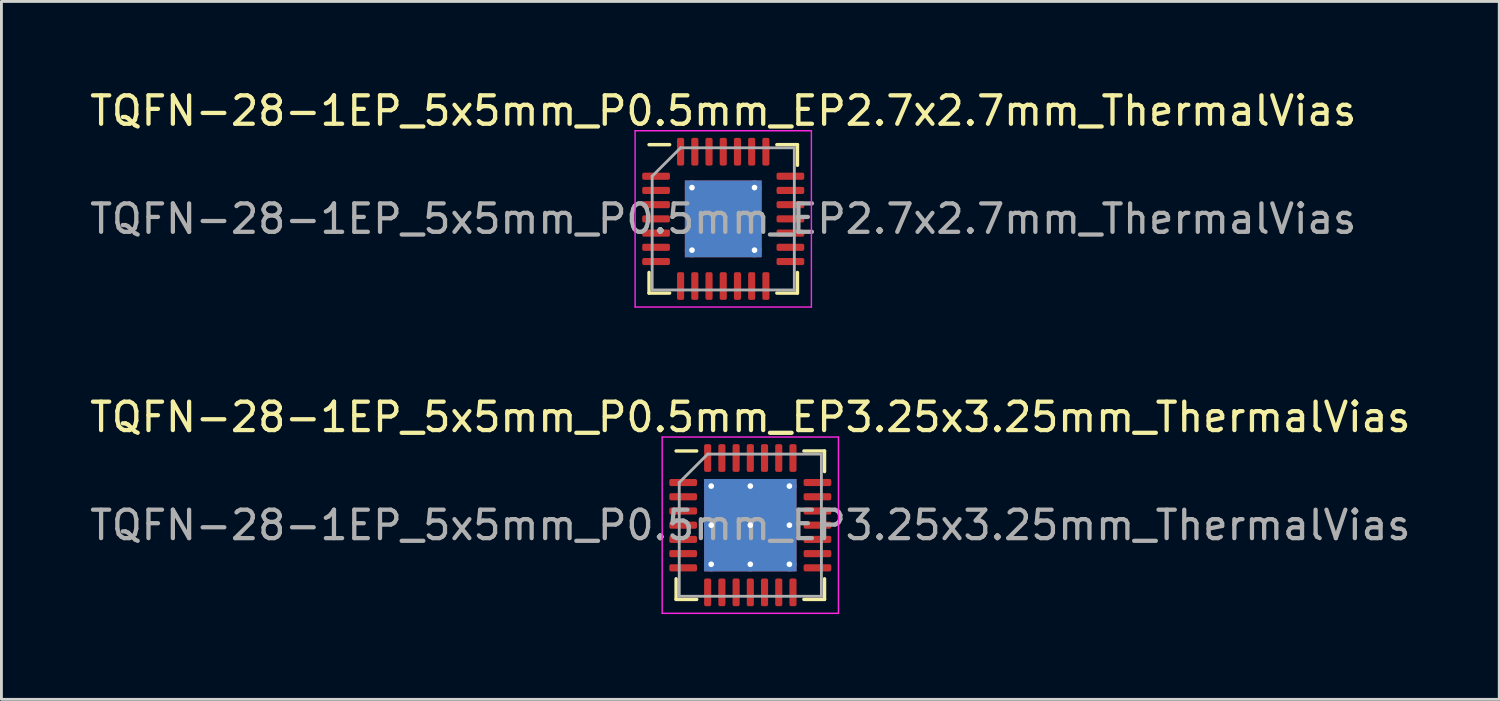
<source format=kicad_pcb>
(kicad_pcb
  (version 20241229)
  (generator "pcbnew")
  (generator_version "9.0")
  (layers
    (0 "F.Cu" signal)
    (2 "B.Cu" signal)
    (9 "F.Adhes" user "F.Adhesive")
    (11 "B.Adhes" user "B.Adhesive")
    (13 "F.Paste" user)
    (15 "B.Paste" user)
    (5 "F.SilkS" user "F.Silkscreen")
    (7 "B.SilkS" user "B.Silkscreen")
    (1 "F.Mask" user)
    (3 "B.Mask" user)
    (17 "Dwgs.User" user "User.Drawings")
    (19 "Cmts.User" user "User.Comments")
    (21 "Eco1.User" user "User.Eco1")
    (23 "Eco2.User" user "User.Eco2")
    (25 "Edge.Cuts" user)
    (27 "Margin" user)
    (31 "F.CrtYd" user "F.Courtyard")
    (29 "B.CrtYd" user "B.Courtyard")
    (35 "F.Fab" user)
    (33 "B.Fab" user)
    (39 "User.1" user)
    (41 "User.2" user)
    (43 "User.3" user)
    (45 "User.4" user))
  (footprint "TQFN-28-1EP_5x5mm_P0.5mm_EP3.25x3.25mm_ThermalVias"
    (layer "F.Cu")
    (at 23.339 15.421)
    (property "Reference" "TQFN-28-1EP_5x5mm_P0.5mm_EP3.25x3.25mm_ThermalVias" (at 0 -3.8 0) (layer "F.SilkS") (effects (font (size 1 1) (thickness 0.15))))
    (attr smd)
    (fp_line (start -2.61 2.61) (end -2.61 1.885) (stroke (width 0.12) (type solid)) (layer "F.SilkS"))
    (fp_line (start -1.885 -2.61) (end -2.61 -2.61) (stroke (width 0.12) (type solid)) (layer "F.SilkS"))
    (fp_line (start -1.885 2.61) (end -2.61 2.61) (stroke (width 0.12) (type solid)) (layer "F.SilkS"))
    (fp_line (start 1.885 -2.61) (end 2.61 -2.61) (stroke (width 0.12) (type solid)) (layer "F.SilkS"))
    (fp_line (start 1.885 2.61) (end 2.61 2.61) (stroke (width 0.12) (type solid)) (layer "F.SilkS"))
    (fp_line (start 2.61 -2.61) (end 2.61 -1.885) (stroke (width 0.12) (type solid)) (layer "F.SilkS"))
    (fp_line (start 2.61 2.61) (end 2.61 1.885) (stroke (width 0.12) (type solid)) (layer "F.SilkS"))
    (fp_line (start -3.1 -3.1) (end -3.1 3.1) (stroke (width 0.05) (type solid)) (layer "F.CrtYd"))
    (fp_line (start -3.1 3.1) (end 3.1 3.1) (stroke (width 0.05) (type solid)) (layer "F.CrtYd"))
    (fp_line (start 3.1 -3.1) (end -3.1 -3.1) (stroke (width 0.05) (type solid)) (layer "F.CrtYd"))
    (fp_line (start 3.1 3.1) (end 3.1 -3.1) (stroke (width 0.05) (type solid)) (layer "F.CrtYd"))
    (fp_line (start -2.5 -1.5) (end -1.5 -2.5) (stroke (width 0.1) (type solid)) (layer "F.Fab"))
    (fp_line (start -2.5 2.5) (end -2.5 -1.5) (stroke (width 0.1) (type solid)) (layer "F.Fab"))
    (fp_line (start -1.5 -2.5) (end 2.5 -2.5) (stroke (width 0.1) (type solid)) (layer "F.Fab"))
    (fp_line (start 2.5 -2.5) (end 2.5 2.5) (stroke (width 0.1) (type solid)) (layer "F.Fab"))
    (fp_line (start 2.5 2.5) (end -2.5 2.5) (stroke (width 0.1) (type solid)) (layer "F.Fab"))
    (fp_text user "${REFERENCE}" (at 0 0 0) (layer "F.Fab") (effects (font (size 1 1) (thickness 0.15))))
    (pad "" smd roundrect (at -0.81 -0.81) (size 1.41 1.41) (layers "F.Paste") (roundrect_rratio 0.177))
    (pad "" smd roundrect (at -0.81 0.81) (size 1.41 1.41) (layers "F.Paste") (roundrect_rratio 0.177))
    (pad "" smd roundrect (at 0.81 -0.81) (size 1.41 1.41) (layers "F.Paste") (roundrect_rratio 0.177))
    (pad "" smd roundrect (at 0.81 0.81) (size 1.41 1.41) (layers "F.Paste") (roundrect_rratio 0.177))
    (pad "1" smd roundrect (at -2.362 -1.5) (size 0.975 0.25) (layers "F.Cu" "F.Mask" "F.Paste") (roundrect_rratio 0.25))
    (pad "2" smd roundrect (at -2.362 -1) (size 0.975 0.25) (layers "F.Cu" "F.Mask" "F.Paste") (roundrect_rratio 0.25))
    (pad "3" smd roundrect (at -2.362 -0.5) (size 0.975 0.25) (layers "F.Cu" "F.Mask" "F.Paste") (roundrect_rratio 0.25))
    (pad "4" smd roundrect (at -2.362 0) (size 0.975 0.25) (layers "F.Cu" "F.Mask" "F.Paste") (roundrect_rratio 0.25))
    (pad "5" smd roundrect (at -2.362 0.5) (size 0.975 0.25) (layers "F.Cu" "F.Mask" "F.Paste") (roundrect_rratio 0.25))
    (pad "6" smd roundrect (at -2.362 1) (size 0.975 0.25) (layers "F.Cu" "F.Mask" "F.Paste") (roundrect_rratio 0.25))
    (pad "7" smd roundrect (at -2.362 1.5) (size 0.975 0.25) (layers "F.Cu" "F.Mask" "F.Paste") (roundrect_rratio 0.25))
    (pad "8" smd roundrect (at -1.5 2.362) (size 0.25 0.975) (layers "F.Cu" "F.Mask" "F.Paste") (roundrect_rratio 0.25))
    (pad "9" smd roundrect (at -1 2.362) (size 0.25 0.975) (layers "F.Cu" "F.Mask" "F.Paste") (roundrect_rratio 0.25))
    (pad "10" smd roundrect (at -0.5 2.362) (size 0.25 0.975) (layers "F.Cu" "F.Mask" "F.Paste") (roundrect_rratio 0.25))
    (pad "11" smd roundrect (at 0 2.362) (size 0.25 0.975) (layers "F.Cu" "F.Mask" "F.Paste") (roundrect_rratio 0.25))
    (pad "12" smd roundrect (at 0.5 2.362) (size 0.25 0.975) (layers "F.Cu" "F.Mask" "F.Paste") (roundrect_rratio 0.25))
    (pad "13" smd roundrect (at 1 2.362) (size 0.25 0.975) (layers "F.Cu" "F.Mask" "F.Paste") (roundrect_rratio 0.25))
    (pad "14" smd roundrect (at 1.5 2.362) (size 0.25 0.975) (layers "F.Cu" "F.Mask" "F.Paste") (roundrect_rratio 0.25))
    (pad "15" smd roundrect (at 2.362 1.5) (size 0.975 0.25) (layers "F.Cu" "F.Mask" "F.Paste") (roundrect_rratio 0.25))
    (pad "16" smd roundrect (at 2.362 1) (size 0.975 0.25) (layers "F.Cu" "F.Mask" "F.Paste") (roundrect_rratio 0.25))
    (pad "17" smd roundrect (at 2.362 0.5) (size 0.975 0.25) (layers "F.Cu" "F.Mask" "F.Paste") (roundrect_rratio 0.25))
    (pad "18" smd roundrect (at 2.362 0) (size 0.975 0.25) (layers "F.Cu" "F.Mask" "F.Paste") (roundrect_rratio 0.25))
    (pad "19" smd roundrect (at 2.362 -0.5) (size 0.975 0.25) (layers "F.Cu" "F.Mask" "F.Paste") (roundrect_rratio 0.25))
    (pad "20" smd roundrect (at 2.362 -1) (size 0.975 0.25) (layers "F.Cu" "F.Mask" "F.Paste") (roundrect_rratio 0.25))
    (pad "21" smd roundrect (at 2.362 -1.5) (size 0.975 0.25) (layers "F.Cu" "F.Mask" "F.Paste") (roundrect_rratio 0.25))
    (pad "22" smd roundrect (at 1.5 -2.362) (size 0.25 0.975) (layers "F.Cu" "F.Mask" "F.Paste") (roundrect_rratio 0.25))
    (pad "23" smd roundrect (at 1 -2.362) (size 0.25 0.975) (layers "F.Cu" "F.Mask" "F.Paste") (roundrect_rratio 0.25))
    (pad "24" smd roundrect (at 0.5 -2.362) (size 0.25 0.975) (layers "F.Cu" "F.Mask" "F.Paste") (roundrect_rratio 0.25))
    (pad "25" smd roundrect (at 0 -2.362) (size 0.25 0.975) (layers "F.Cu" "F.Mask" "F.Paste") (roundrect_rratio 0.25))
    (pad "26" smd roundrect (at -0.5 -2.362) (size 0.25 0.975) (layers "F.Cu" "F.Mask" "F.Paste") (roundrect_rratio 0.25))
    (pad "27" smd roundrect (at -1 -2.362) (size 0.25 0.975) (layers "F.Cu" "F.Mask" "F.Paste") (roundrect_rratio 0.25))
    (pad "28" smd roundrect (at -1.5 -2.362) (size 0.25 0.975) (layers "F.Cu" "F.Mask" "F.Paste") (roundrect_rratio 0.25))
    (pad "29" thru_hole circle (at -1.375 -1.375) (size 0.5 0.5) (drill 0.2) (layers "*.Cu"))
    (pad "29" thru_hole circle (at -1.375 0) (size 0.5 0.5) (drill 0.2) (layers "*.Cu"))
    (pad "29" thru_hole circle (at -1.375 1.375) (size 0.5 0.5) (drill 0.2) (layers "*.Cu"))
    (pad "29" thru_hole circle (at 0 -1.375) (size 0.5 0.5) (drill 0.2) (layers "*.Cu"))
    (pad "29" thru_hole circle (at 0 0) (size 0.5 0.5) (drill 0.2) (layers "*.Cu"))
    (pad "29" smd rect (at 0 0) (size 3.25 3.25) (layers "F.Cu" "F.Mask"))
    (pad "29" smd rect (at 0 0) (size 3.25 3.25) (layers "B.Cu"))
    (pad "29" thru_hole circle (at 0 1.375) (size 0.5 0.5) (drill 0.2) (layers "*.Cu"))
    (pad "29" thru_hole circle (at 1.375 -1.375) (size 0.5 0.5) (drill 0.2) (layers "*.Cu"))
    (pad "29" thru_hole circle (at 1.375 0) (size 0.5 0.5) (drill 0.2) (layers "*.Cu"))
    (pad "29" thru_hole circle (at 1.375 1.375) (size 0.5 0.5) (drill 0.2) (layers "*.Cu")))
  (footprint "TQFN-28-1EP_5x5mm_P0.5mm_EP2.7x2.7mm_ThermalVias"
    (layer "F.Cu")
    (at 22.387 4.648)
    (property "Reference" "TQFN-28-1EP_5x5mm_P0.5mm_EP2.7x2.7mm_ThermalVias" (at 0 -3.8 0) (layer "F.SilkS") (effects (font (size 1 1) (thickness 0.15))))
    (attr smd)
    (fp_line (start -2.61 2.61) (end -2.61 1.885) (stroke (width 0.12) (type solid)) (layer "F.SilkS"))
    (fp_line (start -1.885 -2.61) (end -2.61 -2.61) (stroke (width 0.12) (type solid)) (layer "F.SilkS"))
    (fp_line (start -1.885 2.61) (end -2.61 2.61) (stroke (width 0.12) (type solid)) (layer "F.SilkS"))
    (fp_line (start 1.885 -2.61) (end 2.61 -2.61) (stroke (width 0.12) (type solid)) (layer "F.SilkS"))
    (fp_line (start 1.885 2.61) (end 2.61 2.61) (stroke (width 0.12) (type solid)) (layer "F.SilkS"))
    (fp_line (start 2.61 -2.61) (end 2.61 -1.885) (stroke (width 0.12) (type solid)) (layer "F.SilkS"))
    (fp_line (start 2.61 2.61) (end 2.61 1.885) (stroke (width 0.12) (type solid)) (layer "F.SilkS"))
    (fp_line (start -3.1 -3.1) (end -3.1 3.1) (stroke (width 0.05) (type solid)) (layer "F.CrtYd"))
    (fp_line (start -3.1 3.1) (end 3.1 3.1) (stroke (width 0.05) (type solid)) (layer "F.CrtYd"))
    (fp_line (start 3.1 -3.1) (end -3.1 -3.1) (stroke (width 0.05) (type solid)) (layer "F.CrtYd"))
    (fp_line (start 3.1 3.1) (end 3.1 -3.1) (stroke (width 0.05) (type solid)) (layer "F.CrtYd"))
    (fp_line (start -2.5 -1.5) (end -1.5 -2.5) (stroke (width 0.1) (type solid)) (layer "F.Fab"))
    (fp_line (start -2.5 2.5) (end -2.5 -1.5) (stroke (width 0.1) (type solid)) (layer "F.Fab"))
    (fp_line (start -1.5 -2.5) (end 2.5 -2.5) (stroke (width 0.1) (type solid)) (layer "F.Fab"))
    (fp_line (start 2.5 -2.5) (end 2.5 2.5) (stroke (width 0.1) (type solid)) (layer "F.Fab"))
    (fp_line (start 2.5 2.5) (end -2.5 2.5) (stroke (width 0.1) (type solid)) (layer "F.Fab"))
    (fp_text user "${REFERENCE}" (at 0 0 0) (layer "F.Fab") (effects (font (size 1 1) (thickness 0.15))))
    (pad "" smd roundrect (at -0.675 -0.675) (size 1.17 1.17) (layers "F.Paste") (roundrect_rratio 0.214))
    (pad "" smd roundrect (at -0.675 0.675) (size 1.17 1.17) (layers "F.Paste") (roundrect_rratio 0.214))
    (pad "" smd roundrect (at 0.675 -0.675) (size 1.17 1.17) (layers "F.Paste") (roundrect_rratio 0.214))
    (pad "" smd roundrect (at 0.675 0.675) (size 1.17 1.17) (layers "F.Paste") (roundrect_rratio 0.214))
    (pad "1" smd roundrect (at -2.362 -1.5) (size 0.975 0.25) (layers "F.Cu" "F.Mask" "F.Paste") (roundrect_rratio 0.25))
    (pad "2" smd roundrect (at -2.362 -1) (size 0.975 0.25) (layers "F.Cu" "F.Mask" "F.Paste") (roundrect_rratio 0.25))
    (pad "3" smd roundrect (at -2.362 -0.5) (size 0.975 0.25) (layers "F.Cu" "F.Mask" "F.Paste") (roundrect_rratio 0.25))
    (pad "4" smd roundrect (at -2.362 0) (size 0.975 0.25) (layers "F.Cu" "F.Mask" "F.Paste") (roundrect_rratio 0.25))
    (pad "5" smd roundrect (at -2.362 0.5) (size 0.975 0.25) (layers "F.Cu" "F.Mask" "F.Paste") (roundrect_rratio 0.25))
    (pad "6" smd roundrect (at -2.362 1) (size 0.975 0.25) (layers "F.Cu" "F.Mask" "F.Paste") (roundrect_rratio 0.25))
    (pad "7" smd roundrect (at -2.362 1.5) (size 0.975 0.25) (layers "F.Cu" "F.Mask" "F.Paste") (roundrect_rratio 0.25))
    (pad "8" smd roundrect (at -1.5 2.362) (size 0.25 0.975) (layers "F.Cu" "F.Mask" "F.Paste") (roundrect_rratio 0.25))
    (pad "9" smd roundrect (at -1 2.362) (size 0.25 0.975) (layers "F.Cu" "F.Mask" "F.Paste") (roundrect_rratio 0.25))
    (pad "10" smd roundrect (at -0.5 2.362) (size 0.25 0.975) (layers "F.Cu" "F.Mask" "F.Paste") (roundrect_rratio 0.25))
    (pad "11" smd roundrect (at 0 2.362) (size 0.25 0.975) (layers "F.Cu" "F.Mask" "F.Paste") (roundrect_rratio 0.25))
    (pad "12" smd roundrect (at 0.5 2.362) (size 0.25 0.975) (layers "F.Cu" "F.Mask" "F.Paste") (roundrect_rratio 0.25))
    (pad "13" smd roundrect (at 1 2.362) (size 0.25 0.975) (layers "F.Cu" "F.Mask" "F.Paste") (roundrect_rratio 0.25))
    (pad "14" smd roundrect (at 1.5 2.362) (size 0.25 0.975) (layers "F.Cu" "F.Mask" "F.Paste") (roundrect_rratio 0.25))
    (pad "15" smd roundrect (at 2.362 1.5) (size 0.975 0.25) (layers "F.Cu" "F.Mask" "F.Paste") (roundrect_rratio 0.25))
    (pad "16" smd roundrect (at 2.362 1) (size 0.975 0.25) (layers "F.Cu" "F.Mask" "F.Paste") (roundrect_rratio 0.25))
    (pad "17" smd roundrect (at 2.362 0.5) (size 0.975 0.25) (layers "F.Cu" "F.Mask" "F.Paste") (roundrect_rratio 0.25))
    (pad "18" smd roundrect (at 2.362 0) (size 0.975 0.25) (layers "F.Cu" "F.Mask" "F.Paste") (roundrect_rratio 0.25))
    (pad "19" smd roundrect (at 2.362 -0.5) (size 0.975 0.25) (layers "F.Cu" "F.Mask" "F.Paste") (roundrect_rratio 0.25))
    (pad "20" smd roundrect (at 2.362 -1) (size 0.975 0.25) (layers "F.Cu" "F.Mask" "F.Paste") (roundrect_rratio 0.25))
    (pad "21" smd roundrect (at 2.362 -1.5) (size 0.975 0.25) (layers "F.Cu" "F.Mask" "F.Paste") (roundrect_rratio 0.25))
    (pad "22" smd roundrect (at 1.5 -2.362) (size 0.25 0.975) (layers "F.Cu" "F.Mask" "F.Paste") (roundrect_rratio 0.25))
    (pad "23" smd roundrect (at 1 -2.362) (size 0.25 0.975) (layers "F.Cu" "F.Mask" "F.Paste") (roundrect_rratio 0.25))
    (pad "24" smd roundrect (at 0.5 -2.362) (size 0.25 0.975) (layers "F.Cu" "F.Mask" "F.Paste") (roundrect_rratio 0.25))
    (pad "25" smd roundrect (at 0 -2.362) (size 0.25 0.975) (layers "F.Cu" "F.Mask" "F.Paste") (roundrect_rratio 0.25))
    (pad "26" smd roundrect (at -0.5 -2.362) (size 0.25 0.975) (layers "F.Cu" "F.Mask" "F.Paste") (roundrect_rratio 0.25))
    (pad "27" smd roundrect (at -1 -2.362) (size 0.25 0.975) (layers "F.Cu" "F.Mask" "F.Paste") (roundrect_rratio 0.25))
    (pad "28" smd roundrect (at -1.5 -2.362) (size 0.25 0.975) (layers "F.Cu" "F.Mask" "F.Paste") (roundrect_rratio 0.25))
    (pad "29" thru_hole circle (at -1.1 -1.1) (size 0.5 0.5) (drill 0.2) (layers "*.Cu"))
    (pad "29" thru_hole circle (at -1.1 1.1) (size 0.5 0.5) (drill 0.2) (layers "*.Cu"))
    (pad "29" smd rect (at 0 0) (size 2.7 2.7) (layers "F.Cu" "F.Mask"))
    (pad "29" smd rect (at 0 0) (size 2.7 2.7) (layers "B.Cu"))
    (pad "29" thru_hole circle (at 1.1 -1.1) (size 0.5 0.5) (drill 0.2) (layers "*.Cu"))
    (pad "29" thru_hole circle (at 1.1 1.1) (size 0.5 0.5) (drill 0.2) (layers "*.Cu")))
  (gr_rect
    (start -3 -3)
    (end 49.679 21.547)
    (stroke (width 0.1) (type default))
    (fill no)
    (layer "Edge.Cuts")))
</source>
